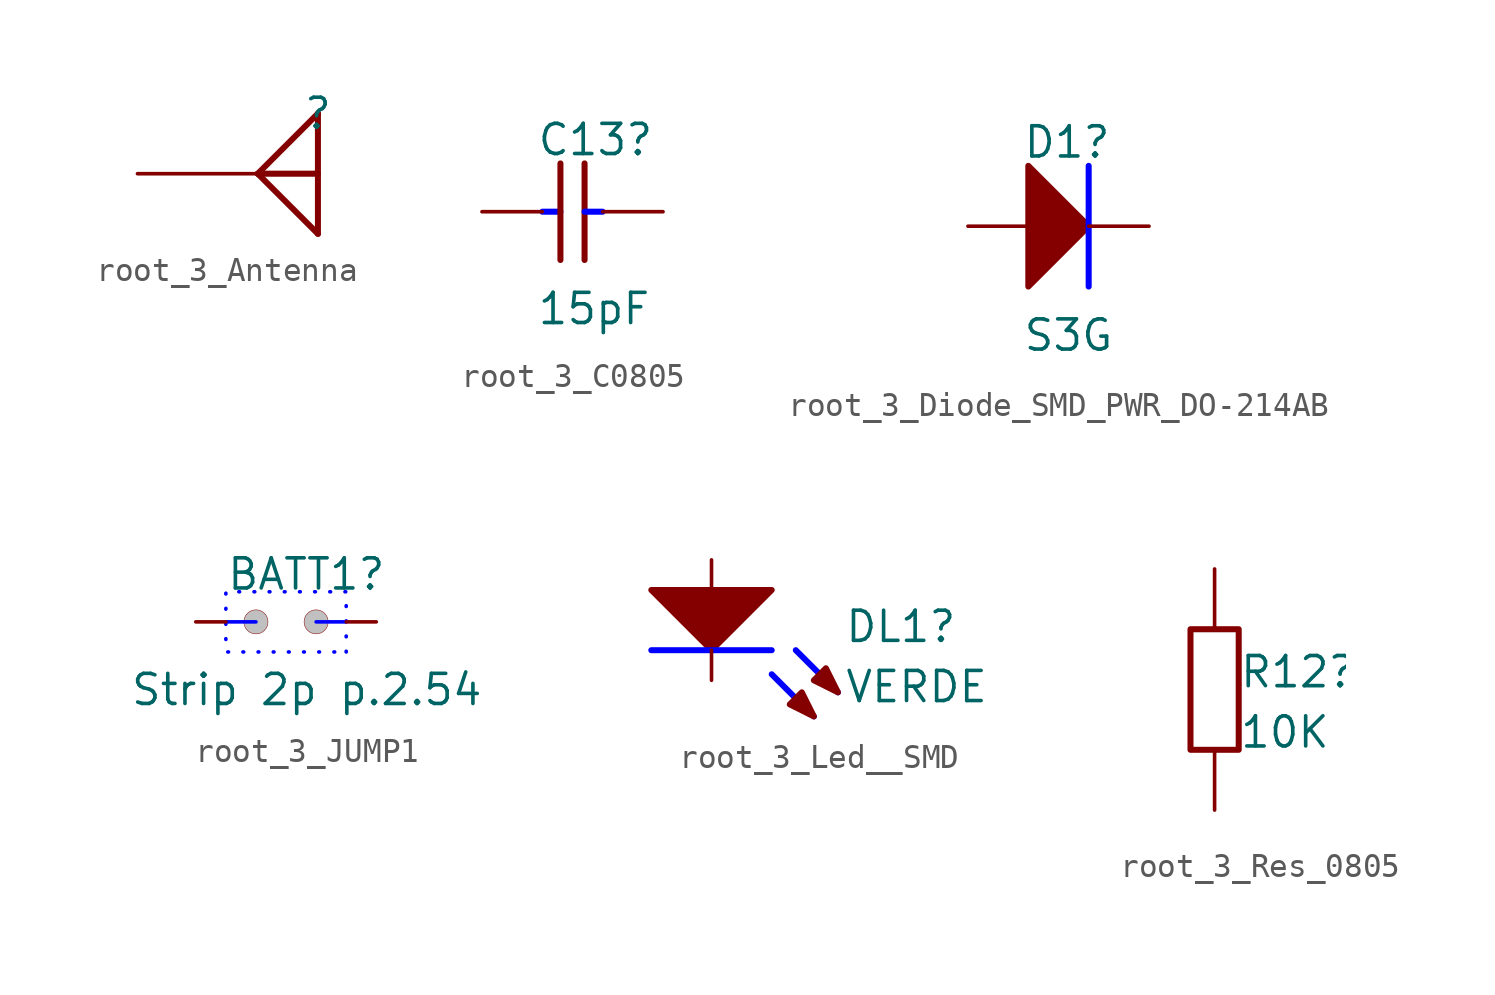
<source format=kicad_sym>
(kicad_symbol_lib
  (version 20220914)
  (generator kicad_symbol_editor)
  (symbol "root_3_Antenna"
    (property "Reference" ""
      (at 0 0 0)
      (effects (font (size 1.27 1.27))))
    (property "Value" ""
      (at 0 0 0)
      (effects (font (size 1.27 1.27))))
    (symbol "root_3_Antenna_1_0"
      (polyline (pts (xy 0 -5.08) (xy -2.54 -2.54)) (stroke (width 0.254) (type solid)) (fill (type none)))
      (polyline (pts (xy 0 -2.54) (xy -2.54 -2.54)) (stroke (width 0.254) (type solid)) (fill (type none)))
      (polyline (pts (xy 0 0) (xy -2.54 -2.54)) (stroke (width 0.254) (type solid)) (fill (type none)))
      (polyline (pts (xy 0 0) (xy 0 -5.08)) (stroke (width 0.254) (type solid)) (fill (type none)))
      (pin passive line (at -7.62 -2.54 0) (length 5.08) (name "A" (effects (font (size 0 0)))) (number "1" (effects (font (size 0 0)))))))
  (symbol "root_3_C0805"
    (property "Reference" "C13"
      (at -2.794 2.286 0)
      (effects (font (size 1.27 1.27)) (justify left bottom)))
    (property "Value" "15pF"
      (at -2.794 -4.826 0)
      (effects (font (size 1.27 1.27)) (justify left bottom)))
    (symbol "root_3_C0805_1_0"
      (polyline (pts (xy -2.54 0) (xy -1.778 0)) (stroke (width 0.254) (type solid) (color 0 0 255 1)) (fill (type none)))
      (polyline (pts (xy -1.778 -2.032) (xy -1.778 2.032)) (stroke (width 0.254) (type solid)) (fill (type none)))
      (polyline (pts (xy -0.762 2.032) (xy -0.762 -2.032)) (stroke (width 0.254) (type solid)) (fill (type none)))
      (polyline (pts (xy 0 0) (xy -0.762 0)) (stroke (width 0.254) (type solid) (color 0 0 255 1)) (fill (type none)))
      (pin passive line (at 2.54 0 180) (length 2.54) (name "1" (effects (font (size 0 0)))) (number "1" (effects (font (size 0 0)))))
      (pin passive line (at -5.08 0 0) (length 2.54) (name "2" (effects (font (size 0 0)))) (number "2" (effects (font (size 0 0)))))))
  (symbol "root_3_Diode_SMD_PWR_DO-214AB"
    (property "Reference" "D1"
      (at -2.794 2.794 0)
      (effects (font (size 1.27 1.27)) (justify left bottom)))
    (property "Value" "S3G"
      (at -2.794 -5.334 0)
      (effects (font (size 1.27 1.27)) (justify left bottom)))
    (symbol "root_3_Diode_SMD_PWR_DO-214AB_1_0"
      (polyline (pts (xy 0 2.54) (xy 0 -2.54)) (stroke (width 0.254) (type solid) (color 0 0 255 1)) (fill (type none)))
      (polyline (pts (xy -2.54 -2.54) (xy 0 0) (xy -2.54 2.54) (xy -2.54 -2.54)) (stroke (width 0.254) (type solid)) (fill (type outline)))
      (pin passive line (at 2.54 0 180) (length 2.54) (name "K" (effects (font (size 0 0)))) (number "1" (effects (font (size 0 0)))))
      (pin passive line (at -5.08 0 0) (length 2.54) (name "A" (effects (font (size 0 0)))) (number "2" (effects (font (size 0 0)))))))
  (symbol "root_3_JUMP1"
    (property "Reference" "BATT1"
      (at -5.08 0 0)
      (effects (font (size 1.27 1.27)) (justify left bottom)))
    (property "Value" "Strip 2p p.2.54"
      (at -9.144 -4.877 0)
      (effects (font (size 1.27 1.27)) (justify left bottom)))
    (symbol "root_3_JUMP1_1_0"
      (circle (center -3.81 -1.27) (radius 0.508) (stroke (width 0.0001) (type solid)) (fill (type color) (color 192 192 192 1)))
      (circle (center -1.27 -1.27) (radius 0.508) (stroke (width 0.0001) (type solid)) (fill (type color) (color 192 192 192 1)))
      (polyline (pts (xy -3.81 -1.27) (xy -5.08 -1.27)) (stroke (width 0) (type solid) (color 0 0 255 1)) (fill (type none)))
      (polyline (pts (xy -1.27 -1.27) (xy 0 -1.27)) (stroke (width 0) (type solid) (color 0 0 255 1)) (fill (type none)))
      (polyline (pts (xy 0 -2.54) (xy 0 0) (xy -5.08 0) (xy -5.08 -2.54) (xy 0 -2.54)) (stroke (width 0) (type dot) (color 0 0 255 1)) (fill (type none)))
      (pin passive line (at 1.27 -1.27 180) (length 1.27) (name "" (effects (font (size 0 0)))) (number "1" (effects (font (size 0 0)))))
      (pin passive line (at -6.35 -1.27 0) (length 1.27) (name "" (effects (font (size 0 0)))) (number "2" (effects (font (size 0 0)))))))
  (symbol "root_3_Led__SMD"
    (property "Reference" "DL1"
      (at 3.048 -2.286 0)
      (effects (font (size 1.27 1.27)) (justify left bottom)))
    (property "Value" "VERDE"
      (at 3.048 -4.826 0)
      (effects (font (size 1.27 1.27)) (justify left bottom)))
    (symbol "root_3_Led__SMD_1_0"
      (polyline (pts (xy 0 -3.556) (xy 1.778 -5.334)) (stroke (width 0.254) (type solid) (color 0 0 255 1)) (fill (type none)))
      (polyline (pts (xy 0 -2.54) (xy -5.08 -2.54)) (stroke (width 0.254) (type solid) (color 0 0 255 1)) (fill (type none)))
      (polyline (pts (xy 1.016 -2.54) (xy 2.794 -4.318)) (stroke (width 0.254) (type solid) (color 0 0 255 1)) (fill (type none)))
      (polyline (pts (xy -5.08 0) (xy -2.54 -2.54) (xy 0 0) (xy -5.08 0)) (stroke (width 0.254) (type solid)) (fill (type outline)))
      (polyline (pts (xy 1.778 -5.334) (xy 1.27 -4.318) (xy 0.762 -4.826) (xy 1.778 -5.334)) (stroke (width 0.254) (type solid)) (fill (type outline)))
      (polyline (pts (xy 2.794 -4.318) (xy 2.286 -3.302) (xy 1.778 -3.81) (xy 2.794 -4.318)) (stroke (width 0.254) (type solid)) (fill (type outline)))
      (pin passive line (at -2.54 -3.81 90) (length 1.27) (name "K" (effects (font (size 0 0)))) (number "1" (effects (font (size 0 0)))))
      (pin passive line (at -2.54 1.27 270) (length 1.27) (name "A" (effects (font (size 0 0)))) (number "2" (effects (font (size 0 0)))))))
  (symbol "root_3_Res_0805"
    (property "Reference" "R12"
      (at -1.524 -2.54 0)
      (effects (font (size 1.27 1.27)) (justify left bottom)))
    (property "Value" "10K"
      (at -1.524 -5.08 0)
      (effects (font (size 1.27 1.27)) (justify left bottom)))
    (symbol "root_3_Res_0805_1_0"
      (rectangle (start -1.524 0) (end -3.556 -5.08) (stroke (width 0.254) (type solid)) (fill (type none)))
      (pin passive line (at -2.54 2.54 270) (length 2.54) (name "1" (effects (font (size 0 0)))) (number "1" (effects (font (size 0 0)))))
      (pin passive line (at -2.54 -7.62 90) (length 2.54) (name "2" (effects (font (size 0 0)))) (number "2" (effects (font (size 0 0))))))))
</source>
